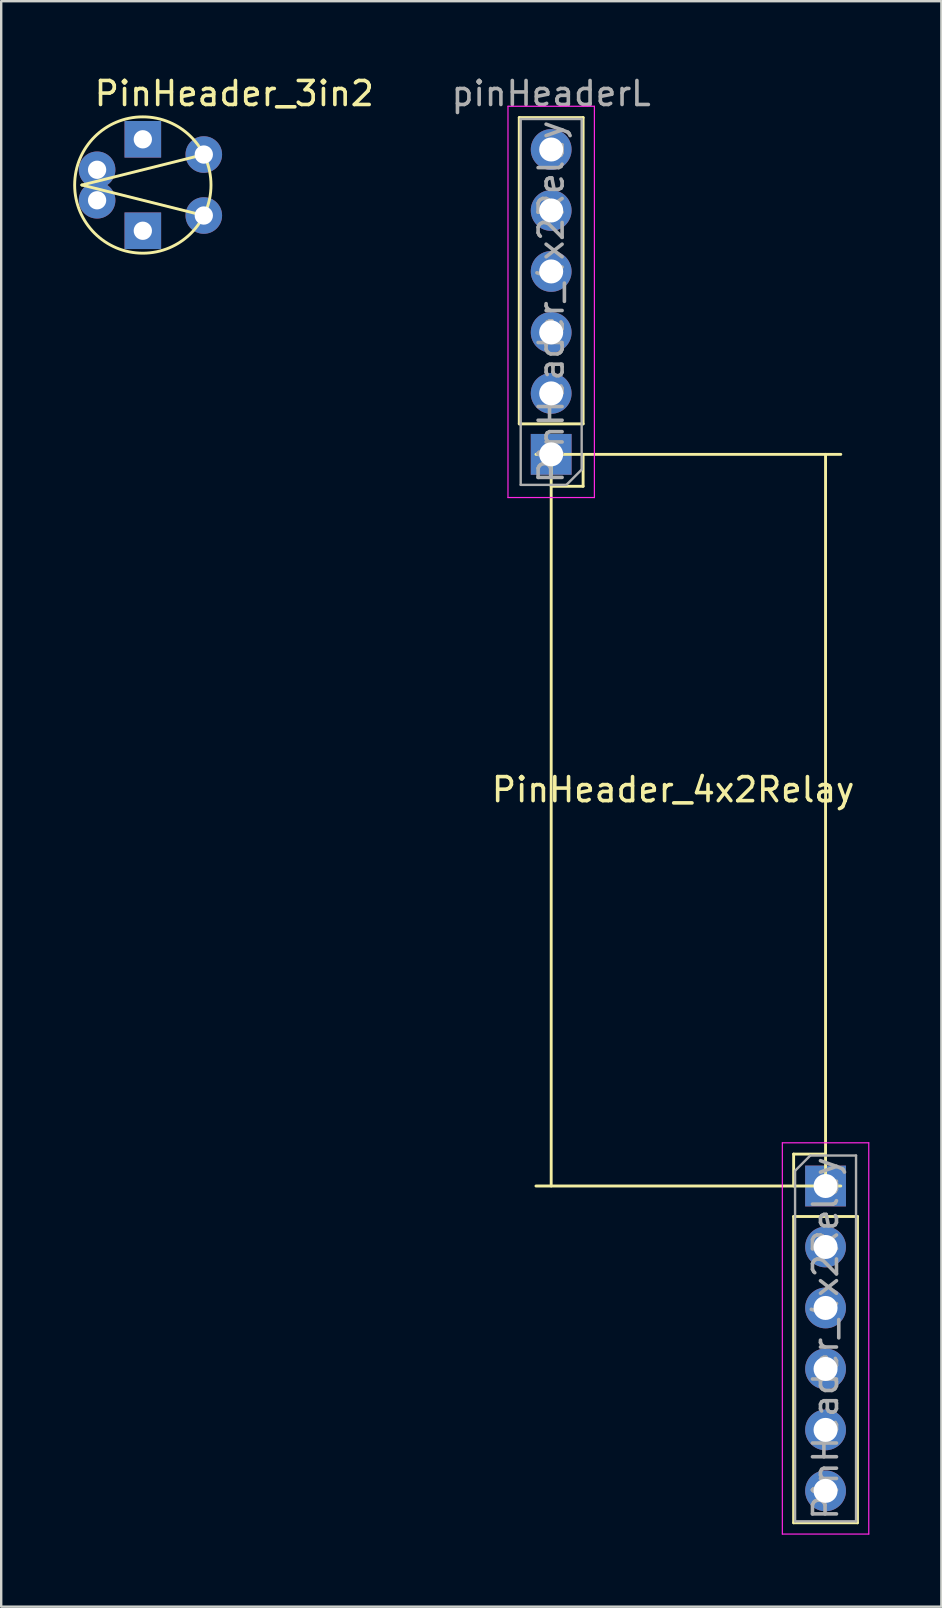
<source format=kicad_pcb>
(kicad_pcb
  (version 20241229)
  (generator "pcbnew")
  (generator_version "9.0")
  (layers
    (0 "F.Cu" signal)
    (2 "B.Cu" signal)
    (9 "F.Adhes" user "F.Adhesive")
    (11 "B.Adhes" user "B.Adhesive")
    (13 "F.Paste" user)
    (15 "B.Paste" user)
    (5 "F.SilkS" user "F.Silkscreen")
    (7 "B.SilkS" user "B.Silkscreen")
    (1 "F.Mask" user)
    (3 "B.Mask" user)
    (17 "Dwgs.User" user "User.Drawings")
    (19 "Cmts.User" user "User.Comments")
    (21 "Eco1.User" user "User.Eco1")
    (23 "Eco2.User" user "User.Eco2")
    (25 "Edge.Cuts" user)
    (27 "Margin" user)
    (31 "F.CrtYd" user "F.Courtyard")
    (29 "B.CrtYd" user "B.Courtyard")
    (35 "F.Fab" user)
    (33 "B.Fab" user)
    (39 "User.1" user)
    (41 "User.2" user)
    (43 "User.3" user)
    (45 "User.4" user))
  (footprint "PinHeader_3in2"
    (layer "F.Cu")
    (at 6.71 5.928)
    (property "Reference" "PinHeader_3in2" (at 0 -5.08 0) (layer "F.SilkS") (effects (font (size 1 1) (thickness 0.15))))
    (attr through_hole)
    (fp_line (start -6.35 -1.27) (end -1.27 -2.54) (stroke (width 0.12) (type solid)) (layer "F.SilkS"))
    (fp_line (start -1.27 0) (end -6.35 -1.27) (stroke (width 0.12) (type solid)) (layer "F.SilkS"))
    (fp_circle (center -3.81 -1.27) (end -2.54 -3.81) (stroke (width 0.12) (type solid)) (fill no) (layer "F.SilkS"))
    (pad "1" thru_hole circle (at -1.27 0) (size 1.524 1.524) (drill 0.762) (layers "*.Cu" "*.Mask"))
    (pad "2" thru_hole circle (at -1.27 -2.54) (size 1.524 1.524) (drill 0.762) (layers "*.Cu" "*.Mask"))
    (pad "3" thru_hole circle (at -5.715 -0.635) (size 1.524 1.524) (drill 0.762) (layers "*.Cu" "*.Mask"))
    (pad "4" thru_hole rect (at -3.81 0.635) (size 1.524 1.524) (drill 0.762) (layers "*.Cu" "*.Mask"))
    (pad "5" thru_hole rect (at -3.81 -3.175) (size 1.524 1.524) (drill 0.762) (layers "*.Cu" "*.Mask"))
    (pad "6" thru_hole circle (at -5.715 -1.905) (size 1.524 1.524) (drill 0.762) (layers "*.Cu" "*.Mask")))
  (footprint "PinHeader_4x2Relay"
    (layer "F.Cu")
    (at 31.342 46.358)
    (property "Reference" "PinHeader_4x2Relay" (at -6.35 -16.51 0) (layer "F.SilkS") (effects (font (size 1 1) (thickness 0.15))))
    (attr through_hole)
    (fp_line (start -12.76 -31.75) (end -12.76 -44.51) (stroke (width 0.12) (type solid)) (layer "F.SilkS"))
    (fp_line (start -12.065 -30.48) (end 0.635 -30.48) (stroke (width 0.12) (type solid)) (layer "F.SilkS"))
    (fp_line (start -11.43 -30.48) (end -11.43 0) (stroke (width 0.12) (type solid)) (layer "F.SilkS"))
    (fp_line (start -10.1 -44.51) (end -12.76 -44.51) (stroke (width 0.12) (type solid)) (layer "F.SilkS"))
    (fp_line (start -10.1 -31.75) (end -12.76 -31.75) (stroke (width 0.12) (type solid)) (layer "F.SilkS"))
    (fp_line (start -10.1 -31.75) (end -10.1 -44.51) (stroke (width 0.12) (type solid)) (layer "F.SilkS"))
    (fp_line (start -10.1 -30.48) (end -10.1 -29.15) (stroke (width 0.12) (type solid)) (layer "F.SilkS"))
    (fp_line (start -10.1 -29.15) (end -11.43 -29.15) (stroke (width 0.12) (type solid)) (layer "F.SilkS"))
    (fp_line (start -1.33 -1.33) (end 0 -1.33) (stroke (width 0.12) (type solid)) (layer "F.SilkS"))
    (fp_line (start -1.33 0) (end -1.33 -1.33) (stroke (width 0.12) (type solid)) (layer "F.SilkS"))
    (fp_line (start -1.33 1.27) (end -1.33 14.03) (stroke (width 0.12) (type solid)) (layer "F.SilkS"))
    (fp_line (start -1.33 1.27) (end 1.33 1.27) (stroke (width 0.12) (type solid)) (layer "F.SilkS"))
    (fp_line (start -1.33 14.03) (end 1.33 14.03) (stroke (width 0.12) (type solid)) (layer "F.SilkS"))
    (fp_line (start 0 -30.48) (end 0 0) (stroke (width 0.12) (type solid)) (layer "F.SilkS"))
    (fp_line (start 0.635 0) (end -12.065 0) (stroke (width 0.12) (type solid)) (layer "F.SilkS"))
    (fp_line (start 1.33 1.27) (end 1.33 14.03) (stroke (width 0.12) (type solid)) (layer "F.SilkS"))
    (fp_line (start -13.23 -44.98) (end -13.23 -28.68) (stroke (width 0.05) (type solid)) (layer "F.CrtYd"))
    (fp_line (start -13.23 -28.68) (end -9.63 -28.68) (stroke (width 0.05) (type solid)) (layer "F.CrtYd"))
    (fp_line (start -9.63 -44.98) (end -13.23 -44.98) (stroke (width 0.05) (type solid)) (layer "F.CrtYd"))
    (fp_line (start -9.63 -28.68) (end -9.63 -44.98) (stroke (width 0.05) (type solid)) (layer "F.CrtYd"))
    (fp_line (start -1.8 -1.8) (end -1.8 14.5) (stroke (width 0.05) (type solid)) (layer "F.CrtYd"))
    (fp_line (start -1.8 14.5) (end 1.8 14.5) (stroke (width 0.05) (type solid)) (layer "F.CrtYd"))
    (fp_line (start 1.8 -1.8) (end -1.8 -1.8) (stroke (width 0.05) (type solid)) (layer "F.CrtYd"))
    (fp_line (start 1.8 14.5) (end 1.8 -1.8) (stroke (width 0.05) (type solid)) (layer "F.CrtYd"))
    (fp_line (start -12.7 -44.45) (end -10.16 -44.45) (stroke (width 0.1) (type solid)) (layer "F.Fab"))
    (fp_line (start -12.7 -29.21) (end -12.7 -44.45) (stroke (width 0.1) (type solid)) (layer "F.Fab"))
    (fp_line (start -10.795 -29.21) (end -12.7 -29.21) (stroke (width 0.1) (type solid)) (layer "F.Fab"))
    (fp_line (start -10.16 -44.45) (end -10.16 -29.845) (stroke (width 0.1) (type solid)) (layer "F.Fab"))
    (fp_line (start -10.16 -29.845) (end -10.795 -29.21) (stroke (width 0.1) (type solid)) (layer "F.Fab"))
    (fp_line (start -1.27 -0.635) (end -0.635 -1.27) (stroke (width 0.1) (type solid)) (layer "F.Fab"))
    (fp_line (start -1.27 13.97) (end -1.27 -0.635) (stroke (width 0.1) (type solid)) (layer "F.Fab"))
    (fp_line (start -0.635 -1.27) (end 1.27 -1.27) (stroke (width 0.1) (type solid)) (layer "F.Fab"))
    (fp_line (start 1.27 -1.27) (end 1.27 13.97) (stroke (width 0.1) (type solid)) (layer "F.Fab"))
    (fp_line (start 1.27 13.97) (end -1.27 13.97) (stroke (width 0.1) (type solid)) (layer "F.Fab"))
    (fp_text user "pinHeaderL" (at -11.43 -45.51 180) (layer "F.Fab") (effects (font (size 1 1) (thickness 0.15))))
    (fp_text user "${REFERENCE}" (at 0 6.35 90) (layer "F.Fab") (effects (font (size 1 1) (thickness 0.15))))
    (fp_text user "${REFERENCE}" (at -11.43 -36.83 270) (layer "F.Fab") (effects (font (size 1 1) (thickness 0.15))))
    (pad "1" thru_hole oval (at -11.43 -43.18 180) (size 1.7 1.7) (drill 1) (layers "*.Cu" "*.Mask"))
    (pad "2" thru_hole oval (at -11.43 -40.64 180) (size 1.7 1.7) (drill 1) (layers "*.Cu" "*.Mask"))
    (pad "3" thru_hole oval (at -11.43 -38.1 180) (size 1.7 1.7) (drill 1) (layers "*.Cu" "*.Mask"))
    (pad "4" thru_hole oval (at -11.43 -35.56 180) (size 1.7 1.7) (drill 1) (layers "*.Cu" "*.Mask"))
    (pad "5" thru_hole oval (at -11.43 -33.02 180) (size 1.7 1.7) (drill 1) (layers "*.Cu" "*.Mask"))
    (pad "6" thru_hole rect (at -11.43 -30.48 180) (size 1.7 1.7) (drill 1) (layers "*.Cu" "*.Mask"))
    (pad "7" thru_hole rect (at 0 0) (size 1.7 1.7) (drill 1) (layers "*.Cu" "*.Mask"))
    (pad "8" thru_hole oval (at 0 2.54) (size 1.7 1.7) (drill 1) (layers "*.Cu" "*.Mask"))
    (pad "9" thru_hole oval (at 0 5.08) (size 1.7 1.7) (drill 1) (layers "*.Cu" "*.Mask"))
    (pad "10" thru_hole oval (at 0 7.62) (size 1.7 1.7) (drill 1) (layers "*.Cu" "*.Mask"))
    (pad "11" thru_hole oval (at 0 10.16) (size 1.7 1.7) (drill 1) (layers "*.Cu" "*.Mask"))
    (pad "12" thru_hole oval (at 0 12.7) (size 1.7 1.7) (drill 1) (layers "*.Cu" "*.Mask")))
  (gr_rect
    (start -3 -3)
    (end 36.167 63.883)
    (stroke (width 0.1) (type default))
    (fill no)
    (layer "Edge.Cuts")))
</source>
